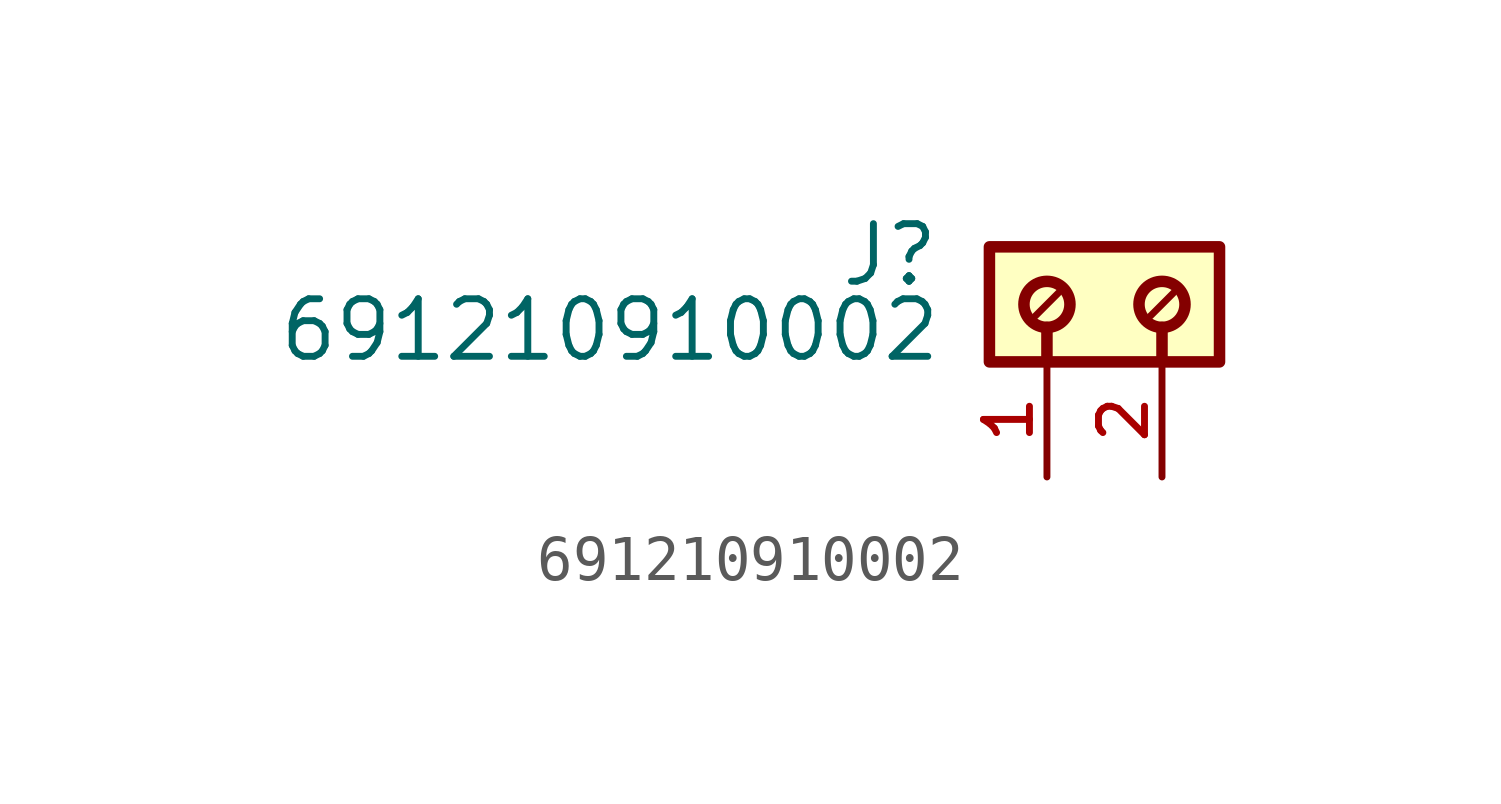
<source format=kicad_sym>
(kicad_symbol_lib
  (version 20231120)
  (generator "kicad_symbol_editor")
  (generator_version "8.0")
  (symbol "691210910002"
    (pin_names
      (offset 1.016))
    (property "Reference" "J"
      (at -4.88 -0.922 0)
      (effects (font (size 1.27 1.27)) (justify right bottom)))
    (property "Value" "691210910002"
      (at -4.83 -2.58 0)
      (effects (font (size 1.27 1.27)) (justify right bottom)))
    (symbol "691210910002_0_0"
      (rectangle (start -3.81 -2.54) (end 1.27 0) (stroke (width 0.254) (type default)) (fill (type background)))
      (circle (center -2.54 -1.27) (radius 0.508) (stroke (width 0.254) (type default)) (fill (type none)))
      (circle (center 0 -1.27) (radius 0.508) (stroke (width 0.254) (type default)) (fill (type none)))
      (polyline (pts (xy -2.54 -1.778) (xy -2.54 -2.54)) (stroke (width 0.254) (type default)) (fill (type none)))
      (polyline (pts (xy -2.286 -1.016) (xy -2.794 -1.524)) (stroke (width 0.152) (type default)) (fill (type none)))
      (polyline (pts (xy 0 -1.778) (xy 0 -2.54)) (stroke (width 0.254) (type default)) (fill (type none)))
      (polyline (pts (xy 0.254 -1.016) (xy -0.254 -1.524)) (stroke (width 0.152) (type default)) (fill (type none)))
      (pin passive line (at -2.54 -5.08 90) (length 2.54) (name "~" (effects (font (size 1.016 1.016)))) (number "1" (effects (font (size 1.016 1.016)))))
      (pin passive line (at 0 -5.08 90) (length 2.54) (name "~" (effects (font (size 1.016 1.016)))) (number "2" (effects (font (size 1.016 1.016))))))))
</source>
